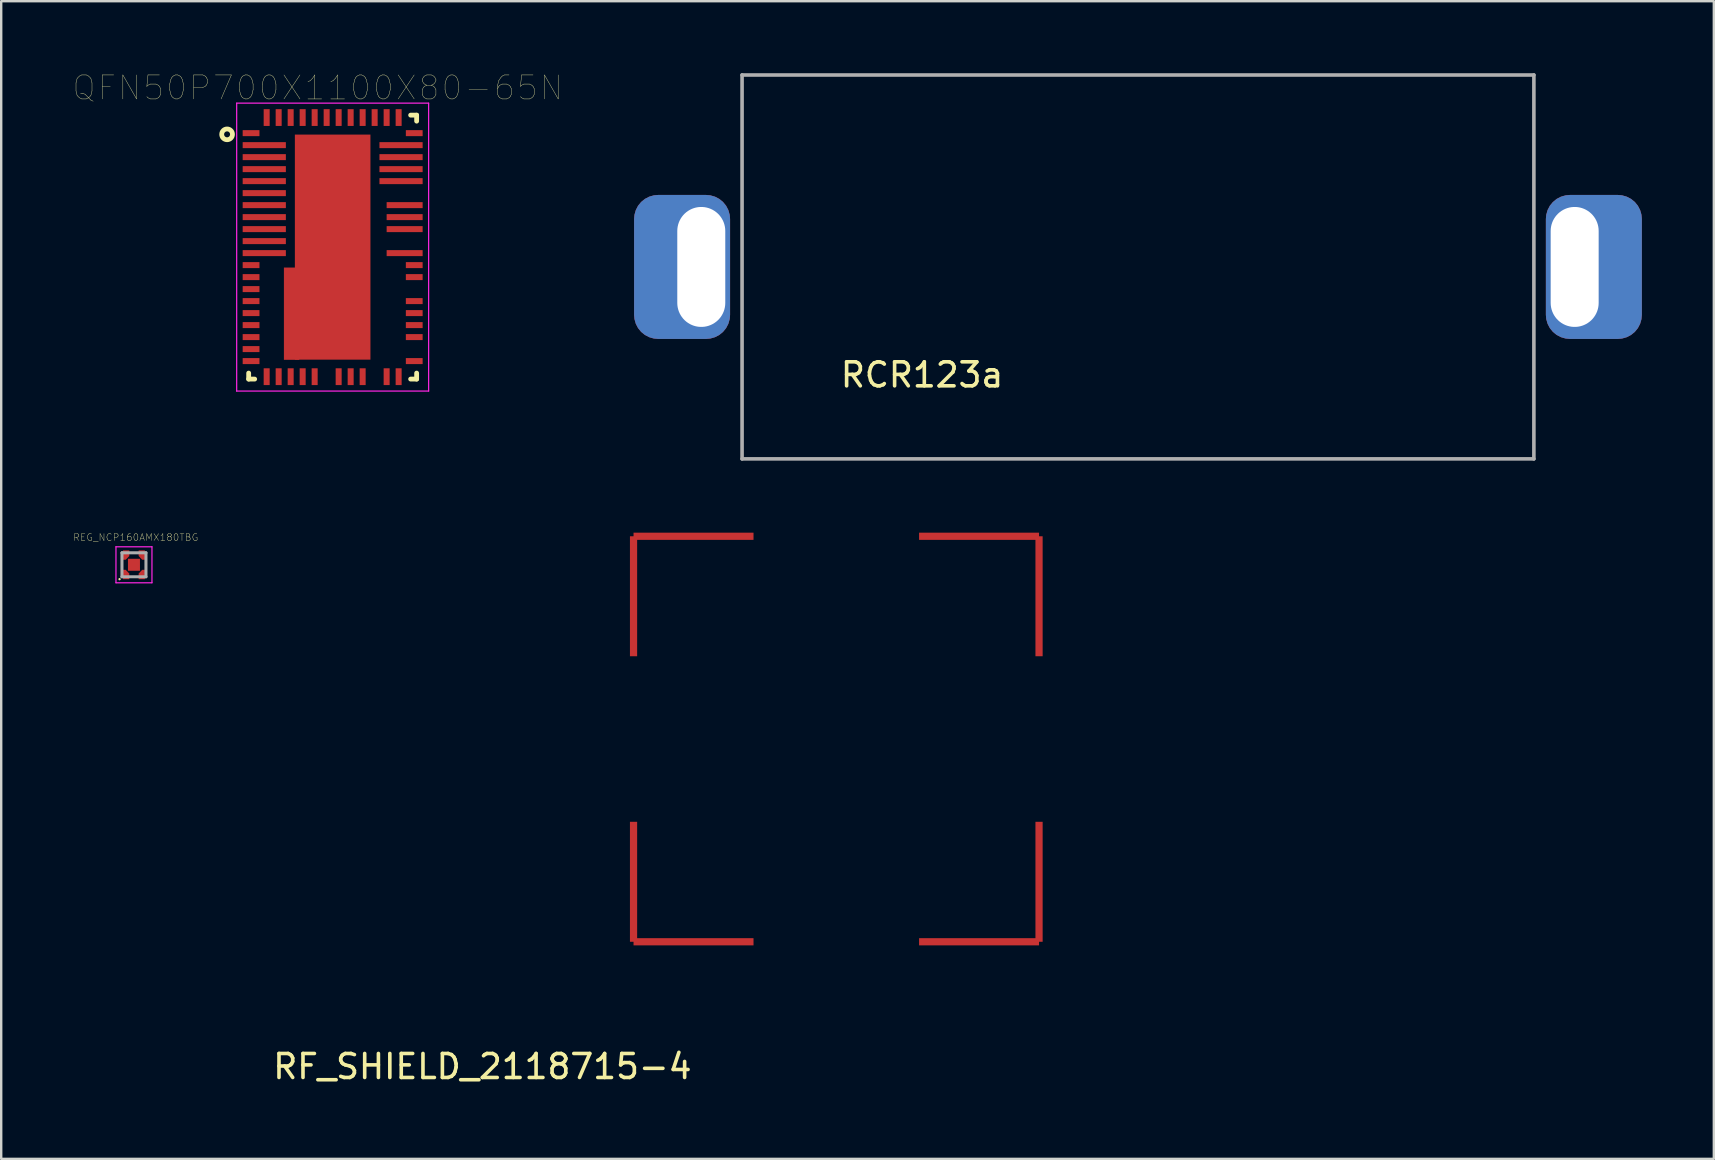
<source format=kicad_pcb>
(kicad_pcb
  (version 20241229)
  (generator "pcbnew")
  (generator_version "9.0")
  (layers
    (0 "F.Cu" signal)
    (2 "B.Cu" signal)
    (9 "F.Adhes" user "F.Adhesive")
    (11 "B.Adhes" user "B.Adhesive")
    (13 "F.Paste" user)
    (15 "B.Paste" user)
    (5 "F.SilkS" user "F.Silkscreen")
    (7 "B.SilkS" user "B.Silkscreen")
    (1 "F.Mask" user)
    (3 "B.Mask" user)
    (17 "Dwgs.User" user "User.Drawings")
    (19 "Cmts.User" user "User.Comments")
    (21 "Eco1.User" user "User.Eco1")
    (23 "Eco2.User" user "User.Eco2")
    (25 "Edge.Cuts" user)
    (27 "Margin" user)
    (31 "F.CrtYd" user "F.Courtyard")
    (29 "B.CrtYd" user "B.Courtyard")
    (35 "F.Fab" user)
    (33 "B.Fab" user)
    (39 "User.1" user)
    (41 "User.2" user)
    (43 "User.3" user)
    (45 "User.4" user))
  (footprint "REG_NCP160AMX180TBG"
    (layer "F.Cu")
    (at 2.533 20.488)
    (property "Reference" "REG_NCP160AMX180TBG" (at 0.074 -1.143 0) (layer "F.SilkS") (effects (font (size 0.288 0.288) (thickness 0.015))))
    (attr through_hole)
    (fp_poly (pts (xy -0.195 -0.6) (xy -0.455 -0.6) (xy -0.455 -0.21) (xy -0.345 -0.21) (xy -0.195 -0.365)) (stroke (width 0.001) (type solid)) (fill yes) (layer "F.Cu"))
    (fp_poly (pts (xy -0.195 0.6) (xy -0.455 0.6) (xy -0.455 0.21) (xy -0.345 0.21) (xy -0.195 0.365)) (stroke (width 0.001) (type solid)) (fill yes) (layer "F.Cu"))
    (fp_poly (pts (xy 0.195 -0.6) (xy 0.455 -0.6) (xy 0.455 -0.21) (xy 0.345 -0.21) (xy 0.195 -0.365)) (stroke (width 0.001) (type solid)) (fill yes) (layer "F.Cu"))
    (fp_poly (pts (xy 0.195 0.6) (xy 0.455 0.6) (xy 0.455 0.21) (xy 0.345 0.21) (xy 0.195 0.365)) (stroke (width 0.001) (type solid)) (fill yes) (layer "F.Cu"))
    (fp_poly (pts (xy -0.369 -0.3) (xy 0.3 -0.3) (xy 0.3 0.369) (xy -0.369 0.369)) (stroke (width 0.01) (type solid)) (fill yes) (layer "F.Mask"))
    (fp_poly (pts (xy -0.525 -0.15) (xy -0.525 -0.65) (xy -0.125 -0.65) (xy -0.125 -0.388) (xy -0.35 -0.15)) (stroke (width 0.001) (type solid)) (fill yes) (layer "F.Mask"))
    (fp_poly (pts (xy -0.525 0.15) (xy -0.525 0.65) (xy -0.125 0.65) (xy -0.125 0.388) (xy -0.35 0.15)) (stroke (width 0.001) (type solid)) (fill yes) (layer "F.Mask"))
    (fp_poly (pts (xy 0.525 -0.15) (xy 0.525 -0.65) (xy 0.125 -0.65) (xy 0.125 -0.388) (xy 0.35 -0.15)) (stroke (width 0.001) (type solid)) (fill yes) (layer "F.Mask"))
    (fp_poly (pts (xy 0.525 0.15) (xy 0.525 0.65) (xy 0.125 0.65) (xy 0.125 0.388) (xy 0.35 0.15)) (stroke (width 0.001) (type solid)) (fill yes) (layer "F.Mask"))
    (fp_circle (center -0.6 0.6) (end -0.575 0.6) (stroke (width 0.05) (type solid)) (fill no) (layer "F.SilkS"))
    (fp_poly (pts (xy -0.195 -0.6) (xy -0.455 -0.6) (xy -0.455 -0.21) (xy -0.345 -0.21) (xy -0.195 -0.365)) (stroke (width 0.001) (type solid)) (fill yes) (layer "F.Paste"))
    (fp_poly (pts (xy -0.195 0.6) (xy -0.455 0.6) (xy -0.455 0.21) (xy -0.345 0.21) (xy -0.195 0.365)) (stroke (width 0.001) (type solid)) (fill yes) (layer "F.Paste"))
    (fp_poly (pts (xy 0.195 -0.6) (xy 0.455 -0.6) (xy 0.455 -0.21) (xy 0.345 -0.21) (xy 0.195 -0.365)) (stroke (width 0.001) (type solid)) (fill yes) (layer "F.Paste"))
    (fp_poly (pts (xy 0.195 0.6) (xy 0.455 0.6) (xy 0.455 0.21) (xy 0.345 0.21) (xy 0.195 0.365)) (stroke (width 0.001) (type solid)) (fill yes) (layer "F.Paste"))
    (fp_line (start -0.75 -0.75) (end 0.75 -0.75) (stroke (width 0.05) (type solid)) (layer "F.CrtYd"))
    (fp_line (start -0.75 0.75) (end -0.75 -0.75) (stroke (width 0.05) (type solid)) (layer "F.CrtYd"))
    (fp_line (start 0.75 -0.75) (end 0.75 0.75) (stroke (width 0.05) (type solid)) (layer "F.CrtYd"))
    (fp_line (start 0.75 0.75) (end -0.75 0.75) (stroke (width 0.05) (type solid)) (layer "F.CrtYd"))
    (fp_line (start -0.5 -0.5) (end 0.5 -0.5) (stroke (width 0.127) (type solid)) (layer "F.Fab"))
    (fp_line (start -0.5 0.5) (end -0.5 -0.5) (stroke (width 0.127) (type solid)) (layer "F.Fab"))
    (fp_line (start 0.5 -0.5) (end 0.5 0.5) (stroke (width 0.127) (type solid)) (layer "F.Fab"))
    (fp_line (start 0.5 0.5) (end -0.5 0.5) (stroke (width 0.127) (type solid)) (layer "F.Fab"))
    (pad "1" smd rect (at -0.325 0.5) (size 0.1 0.1) (layers "F.Cu"))
    (pad "2" smd rect (at 0.325 0.5) (size 0.1 0.1) (layers "F.Cu"))
    (pad "3" smd rect (at 0.325 -0.5) (size 0.1 0.1) (layers "F.Cu"))
    (pad "4" smd rect (at -0.325 -0.5) (size 0.1 0.1) (layers "F.Cu"))
    (pad "5" smd rect (at 0 0) (size 0.5 0.5) (layers "F.Cu" "F.Paste")))
  (footprint "RCR123a"
    (layer "F.Cu")
    (at 44.377 8.075)
    (property "Reference" "RCR123a" (at -9 4.5 0) (layer "F.SilkS") (effects (font (size 1 1) (thickness 0.15))))
    (attr through_hole)
    (fp_line (start -16.5 -8) (end -16.5 8) (stroke (width 0.15) (type solid)) (layer "F.Fab"))
    (fp_line (start -16.5 -8) (end 16.5 -8) (stroke (width 0.15) (type solid)) (layer "F.Fab"))
    (fp_line (start 16.5 -8) (end 16.5 8) (stroke (width 0.15) (type solid)) (layer "F.Fab"))
    (fp_line (start 16.5 8) (end -16.5 8) (stroke (width 0.15) (type solid)) (layer "F.Fab"))
    (pad "1" thru_hole roundrect (at -18.2 0) (size 4 6) (drill oval 2 5 (offset -0.8 0)) (layers "*.Cu" "*.Mask") (roundrect_rratio 0.25))
    (pad "2" thru_hole roundrect (at 18.2 0) (size 4 6) (drill oval 2 5 (offset 0.8 0)) (layers "*.Cu" "*.Mask") (roundrect_rratio 0.25)))
  (footprint "RF_SHIELD_2118715-4"
    (layer "F.Cu")
    (at 23.354 36.2)
    (property "Reference" "RF_SHIELD_2118715-4" (at -6.3 5.2 0) (layer "F.SilkS") (effects (font (size 1 1) (thickness 0.15))))
    (attr through_hole)
    (pad "1" smd rect (at 0 -16.9) (size 0.3 5) (drill (offset 0 2.5)) (layers "F.Cu" "F.Mask" "F.Paste"))
    (pad "1" smd rect (at 0 -16.9 90) (size 0.3 5) (drill (offset 0 2.5)) (layers "F.Cu" "F.Mask" "F.Paste"))
    (pad "1" smd rect (at 0 0 90) (size 0.3 5) (drill (offset 0 2.5)) (layers "F.Cu" "F.Mask" "F.Paste"))
    (pad "1" smd rect (at 0 0 180) (size 0.3 5) (drill (offset 0 2.5)) (layers "F.Cu" "F.Mask" "F.Paste"))
    (pad "1" smd rect (at 16.9 -16.9 270) (size 0.3 5) (drill (offset 0 2.5)) (layers "F.Cu" "F.Mask" "F.Paste"))
    (pad "1" smd rect (at 16.9 -16.9) (size 0.3 5) (drill (offset 0 2.5)) (layers "F.Cu" "F.Mask" "F.Paste"))
    (pad "1" smd rect (at 16.9 0 180) (size 0.3 5) (drill (offset 0 2.5)) (layers "F.Cu" "F.Mask" "F.Paste"))
    (pad "1" smd rect (at 16.9 0 270) (size 0.3 5) (drill (offset 0 2.5)) (layers "F.Cu" "F.Mask" "F.Paste")))
  (footprint "QFN50P700X1100X80-65N"
    (layer "F.Cu")
    (at 10.814 7.249)
    (property "Reference" "QFN50P700X1100X80-65N" (at -0.625 -6.638 0) (layer "F.SilkS") (effects (font (size 1 1) (thickness 0.015))))
    (attr through_hole)
    (fp_poly (pts (xy -2.027 0.86) (xy -1.4 0.86) (xy -1.4 4.695) (xy -2.027 4.695)) (stroke (width 0.01) (type solid)) (fill yes) (layer "F.Cu"))
    (fp_poly (pts (xy -2.139 0.785) (xy -1.54 0.785) (xy -1.54 4.798) (xy -2.139 4.798)) (stroke (width 0.01) (type solid)) (fill yes) (layer "F.Mask"))
    (fp_line (start -3.5 5.5) (end -3.5 5.25) (stroke (width 0.2) (type solid)) (layer "F.SilkS"))
    (fp_line (start -3.25 5.5) (end -3.5 5.5) (stroke (width 0.2) (type solid)) (layer "F.SilkS"))
    (fp_line (start 3.25 -5.5) (end 3.5 -5.5) (stroke (width 0.2) (type solid)) (layer "F.SilkS"))
    (fp_line (start 3.5 -5.5) (end 3.5 -5.25) (stroke (width 0.2) (type solid)) (layer "F.SilkS"))
    (fp_line (start 3.5 5.25) (end 3.5 5.5) (stroke (width 0.2) (type solid)) (layer "F.SilkS"))
    (fp_line (start 3.5 5.5) (end 3.25 5.5) (stroke (width 0.2) (type solid)) (layer "F.SilkS"))
    (fp_circle (center -4.4 -4.7) (end -4.176 -4.7) (stroke (width 0.2) (type solid)) (fill no) (layer "F.SilkS"))
    (fp_poly (pts (xy -1.011 1) (xy -0.75 1) (xy -0.75 2.173) (xy -1.011 2.173)) (stroke (width 0.01) (type solid)) (fill yes) (layer "F.Paste"))
    (fp_poly (pts (xy -1.01 2.63) (xy 0.76 2.63) (xy 0.76 4.572) (xy -1.01 4.572)) (stroke (width 0.01) (type solid)) (fill yes) (layer "F.Paste"))
    (fp_poly (pts (xy -0.761 0.23) (xy 0.76 0.23) (xy 0.76 2.173) (xy -0.761 2.173)) (stroke (width 0.01) (type solid)) (fill yes) (layer "F.Paste"))
    (fp_poly (pts (xy -0.761 -2.17) (xy 0.76 -2.17) (xy 0.76 -0.23) (xy -0.761 -0.23)) (stroke (width 0.01) (type solid)) (fill yes) (layer "F.Paste"))
    (fp_poly (pts (xy -0.76 -4.57) (xy 0.76 -4.57) (xy 0.76 -2.632) (xy -0.76 -2.632)) (stroke (width 0.01) (type solid)) (fill yes) (layer "F.Paste"))
    (fp_line (start -4 -6) (end 4 -6) (stroke (width 0.05) (type solid)) (layer "F.CrtYd"))
    (fp_line (start -4 6) (end -4 -6) (stroke (width 0.05) (type solid)) (layer "F.CrtYd"))
    (fp_line (start 4 -6) (end 4 6) (stroke (width 0.05) (type solid)) (layer "F.CrtYd"))
    (fp_line (start 4 6) (end -4 6) (stroke (width 0.05) (type solid)) (layer "F.CrtYd"))
    (pad "1" smd rect (at -3.4 -4.75) (size 0.7 0.25) (layers "F.Cu" "F.Mask" "F.Paste"))
    (pad "2" smd rect (at -2.85 -4.25) (size 1.8 0.25) (layers "F.Cu" "F.Mask" "F.Paste"))
    (pad "3" smd rect (at -2.85 -3.75) (size 1.8 0.25) (layers "F.Cu" "F.Mask" "F.Paste"))
    (pad "4" smd rect (at -2.85 -3.25) (size 1.8 0.25) (layers "F.Cu" "F.Mask" "F.Paste"))
    (pad "5" smd rect (at -2.85 -2.75) (size 1.8 0.25) (layers "F.Cu" "F.Mask" "F.Paste"))
    (pad "6" smd rect (at -2.85 -2.25) (size 1.8 0.25) (layers "F.Cu" "F.Mask" "F.Paste"))
    (pad "7" smd rect (at -2.85 -1.75) (size 1.8 0.25) (layers "F.Cu" "F.Mask" "F.Paste"))
    (pad "8" smd rect (at -2.85 -1.25) (size 1.8 0.25) (layers "F.Cu" "F.Mask" "F.Paste"))
    (pad "9" smd rect (at -2.85 -0.75) (size 1.8 0.25) (layers "F.Cu" "F.Mask" "F.Paste"))
    (pad "10" smd rect (at -2.85 -0.25) (size 1.8 0.25) (layers "F.Cu" "F.Mask" "F.Paste"))
    (pad "11" smd rect (at -2.85 0.25) (size 1.8 0.25) (layers "F.Cu" "F.Mask" "F.Paste"))
    (pad "12" smd rect (at -3.4 0.75) (size 0.7 0.25) (layers "F.Cu" "F.Mask" "F.Paste"))
    (pad "13" smd rect (at -3.4 1.25) (size 0.7 0.25) (layers "F.Cu" "F.Mask" "F.Paste"))
    (pad "14" smd rect (at -3.4 1.75) (size 0.7 0.25) (layers "F.Cu" "F.Mask" "F.Paste"))
    (pad "15" smd rect (at -3.4 2.25) (size 0.7 0.25) (layers "F.Cu" "F.Mask" "F.Paste"))
    (pad "16" smd rect (at -3.4 2.75) (size 0.7 0.25) (layers "F.Cu" "F.Mask" "F.Paste"))
    (pad "17" smd rect (at -3.4 3.25) (size 0.7 0.25) (layers "F.Cu" "F.Mask" "F.Paste"))
    (pad "18" smd rect (at -3.4 3.75) (size 0.7 0.25) (layers "F.Cu" "F.Mask" "F.Paste"))
    (pad "19" smd rect (at -3.4 4.25) (size 0.7 0.25) (layers "F.Cu" "F.Mask" "F.Paste"))
    (pad "20" smd rect (at -3.4 4.75) (size 0.7 0.25) (layers "F.Cu" "F.Mask" "F.Paste"))
    (pad "21" smd rect (at -2.75 5.4) (size 0.25 0.7) (layers "F.Cu" "F.Mask" "F.Paste"))
    (pad "22" smd rect (at -2.25 5.4) (size 0.25 0.7) (layers "F.Cu" "F.Mask" "F.Paste"))
    (pad "23" smd rect (at -1.75 5.4) (size 0.25 0.7) (layers "F.Cu" "F.Mask" "F.Paste"))
    (pad "24" smd rect (at -1.25 5.4) (size 0.25 0.7) (layers "F.Cu" "F.Mask" "F.Paste"))
    (pad "25" smd rect (at -0.75 5.4) (size 0.25 0.7) (layers "F.Cu" "F.Mask" "F.Paste"))
    (pad "27" smd rect (at 0.25 5.4) (size 0.25 0.7) (layers "F.Cu" "F.Mask" "F.Paste"))
    (pad "28" smd rect (at 0.75 5.4) (size 0.25 0.7) (layers "F.Cu" "F.Mask" "F.Paste"))
    (pad "29" smd rect (at 1.25 5.4) (size 0.25 0.7) (layers "F.Cu" "F.Mask" "F.Paste"))
    (pad "31" smd rect (at 2.25 5.4) (size 0.25 0.7) (layers "F.Cu" "F.Mask" "F.Paste"))
    (pad "32" smd rect (at 2.75 5.4) (size 0.25 0.7) (layers "F.Cu" "F.Mask" "F.Paste"))
    (pad "33" smd rect (at 3.4 4.75) (size 0.7 0.25) (layers "F.Cu" "F.Mask" "F.Paste"))
    (pad "35" smd rect (at 3.4 3.75) (size 0.7 0.25) (layers "F.Cu" "F.Mask" "F.Paste"))
    (pad "36" smd rect (at 3.4 3.25) (size 0.7 0.25) (layers "F.Cu" "F.Mask" "F.Paste"))
    (pad "37" smd rect (at 3.4 2.75) (size 0.7 0.25) (layers "F.Cu" "F.Mask" "F.Paste"))
    (pad "38" smd rect (at 3.4 2.25) (size 0.7 0.25) (layers "F.Cu" "F.Mask" "F.Paste"))
    (pad "40" smd rect (at 3.4 1.25) (size 0.7 0.25) (layers "F.Cu" "F.Mask" "F.Paste"))
    (pad "41" smd rect (at 3.4 0.75) (size 0.7 0.25) (layers "F.Cu" "F.Mask" "F.Paste"))
    (pad "42" smd rect (at 3 0.25) (size 1.5 0.25) (layers "F.Cu" "F.Mask" "F.Paste"))
    (pad "44" smd rect (at 3 -0.75) (size 1.5 0.25) (layers "F.Cu" "F.Mask" "F.Paste"))
    (pad "45" smd rect (at 3 -1.25) (size 1.5 0.25) (layers "F.Cu" "F.Mask" "F.Paste"))
    (pad "46" smd rect (at 3 -1.75) (size 1.5 0.25) (layers "F.Cu" "F.Mask" "F.Paste"))
    (pad "48" smd rect (at 2.85 -2.75) (size 1.8 0.25) (layers "F.Cu" "F.Mask" "F.Paste"))
    (pad "49" smd rect (at 2.85 -3.25) (size 1.8 0.25) (layers "F.Cu" "F.Mask" "F.Paste"))
    (pad "50" smd rect (at 2.85 -3.75) (size 1.8 0.25) (layers "F.Cu" "F.Mask" "F.Paste"))
    (pad "51" smd rect (at 2.85 -4.25) (size 1.8 0.25) (layers "F.Cu" "F.Mask" "F.Paste"))
    (pad "52" smd rect (at 3.4 -4.75) (size 0.7 0.25) (layers "F.Cu" "F.Mask" "F.Paste"))
    (pad "53" smd rect (at 2.75 -5.4) (size 0.25 0.7) (layers "F.Cu" "F.Mask" "F.Paste"))
    (pad "54" smd rect (at 2.25 -5.4) (size 0.25 0.7) (layers "F.Cu" "F.Mask" "F.Paste"))
    (pad "55" smd rect (at 1.75 -5.4) (size 0.25 0.7) (layers "F.Cu" "F.Mask" "F.Paste"))
    (pad "56" smd rect (at 1.25 -5.4) (size 0.25 0.7) (layers "F.Cu" "F.Mask" "F.Paste"))
    (pad "57" smd rect (at 0.75 -5.4) (size 0.25 0.7) (layers "F.Cu" "F.Mask" "F.Paste"))
    (pad "58" smd rect (at 0.25 -5.4) (size 0.25 0.7) (layers "F.Cu" "F.Mask" "F.Paste"))
    (pad "59" smd rect (at -0.25 -5.4) (size 0.25 0.7) (layers "F.Cu" "F.Mask" "F.Paste"))
    (pad "60" smd rect (at -0.75 -5.4) (size 0.25 0.7) (layers "F.Cu" "F.Mask" "F.Paste"))
    (pad "61" smd rect (at -1.25 -5.4) (size 0.25 0.7) (layers "F.Cu" "F.Mask" "F.Paste"))
    (pad "62" smd rect (at -1.75 -5.4) (size 0.25 0.7) (layers "F.Cu" "F.Mask" "F.Paste"))
    (pad "63" smd rect (at -2.25 -5.4) (size 0.25 0.7) (layers "F.Cu" "F.Mask" "F.Paste"))
    (pad "64" smd rect (at -2.75 -5.4) (size 0.25 0.7) (layers "F.Cu" "F.Mask" "F.Paste"))
    (pad "65" smd rect (at 0 0) (size 3.15 9.38) (layers "F.Cu" "F.Mask")))
  (gr_rect
    (start -3 -3)
    (end 68.377 45.248)
    (stroke (width 0.1) (type default))
    (fill no)
    (layer "Edge.Cuts")))
</source>
